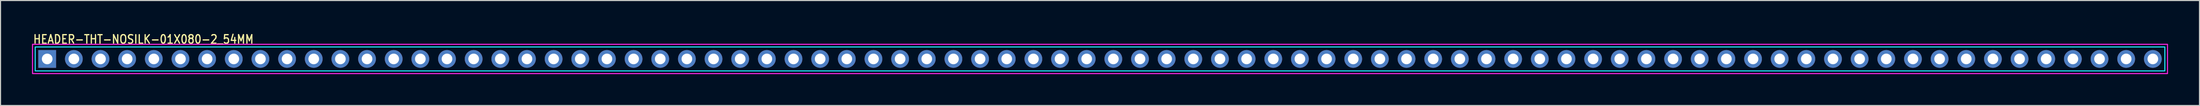
<source format=kicad_pcb>
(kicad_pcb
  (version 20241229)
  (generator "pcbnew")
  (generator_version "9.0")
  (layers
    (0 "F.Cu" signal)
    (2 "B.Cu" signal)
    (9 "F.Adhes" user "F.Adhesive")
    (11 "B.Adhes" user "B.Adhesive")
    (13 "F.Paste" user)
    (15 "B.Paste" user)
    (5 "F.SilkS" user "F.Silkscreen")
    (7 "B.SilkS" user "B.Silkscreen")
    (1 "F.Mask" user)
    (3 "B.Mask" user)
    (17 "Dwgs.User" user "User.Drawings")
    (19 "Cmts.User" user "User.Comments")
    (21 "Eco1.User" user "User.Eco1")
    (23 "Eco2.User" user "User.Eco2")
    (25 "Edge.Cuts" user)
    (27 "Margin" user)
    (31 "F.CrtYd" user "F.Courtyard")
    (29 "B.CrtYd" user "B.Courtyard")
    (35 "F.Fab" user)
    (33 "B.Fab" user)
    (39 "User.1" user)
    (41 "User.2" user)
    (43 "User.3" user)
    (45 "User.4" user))
  (footprint "HEADER-THT-NOSILK-01X080-2_54MM"
    (layer "F.Cu")
    (at 1.447 2.579)
    (property "Reference" "HEADER-THT-NOSILK-01X080-2_54MM" (at -1.4 -1.4 0) (unlocked yes) (layer "F.SilkS") (effects (font (size 0.813 0.695) (thickness 0.122)) (justify left bottom)))
    (fp_poly (pts (xy -1.143 -1.143) (xy 201.803 -1.143) (xy 201.803 1.143) (xy -1.143 1.143)) (stroke (width 0.1) (type solid)) (fill no) (layer "B.CrtYd"))
    (fp_poly (pts (xy -1.397 -1.397) (xy 202.057 -1.397) (xy 202.057 1.397) (xy -1.397 1.397)) (stroke (width 0.1) (type solid)) (fill no) (layer "F.CrtYd"))
    (pad "1" thru_hole rect (at 0 0) (size 1.693 1.693) (drill 1.016) (layers "*.Cu" "*.Mask"))
    (pad "2" thru_hole oval (at 2.54 0) (size 1.693 1.693) (drill 1.016) (layers "*.Cu" "*.Mask"))
    (pad "3" thru_hole oval (at 5.08 0) (size 1.693 1.693) (drill 1.016) (layers "*.Cu" "*.Mask"))
    (pad "4" thru_hole oval (at 7.62 0) (size 1.693 1.693) (drill 1.016) (layers "*.Cu" "*.Mask"))
    (pad "5" thru_hole oval (at 10.16 0) (size 1.693 1.693) (drill 1.016) (layers "*.Cu" "*.Mask"))
    (pad "6" thru_hole oval (at 12.7 0) (size 1.693 1.693) (drill 1.016) (layers "*.Cu" "*.Mask"))
    (pad "7" thru_hole oval (at 15.24 0) (size 1.693 1.693) (drill 1.016) (layers "*.Cu" "*.Mask"))
    (pad "8" thru_hole oval (at 17.78 0) (size 1.693 1.693) (drill 1.016) (layers "*.Cu" "*.Mask"))
    (pad "9" thru_hole oval (at 20.32 0) (size 1.693 1.693) (drill 1.016) (layers "*.Cu" "*.Mask"))
    (pad "10" thru_hole oval (at 22.86 0) (size 1.693 1.693) (drill 1.016) (layers "*.Cu" "*.Mask"))
    (pad "11" thru_hole oval (at 25.4 0) (size 1.693 1.693) (drill 1.016) (layers "*.Cu" "*.Mask"))
    (pad "12" thru_hole oval (at 27.94 0) (size 1.693 1.693) (drill 1.016) (layers "*.Cu" "*.Mask"))
    (pad "13" thru_hole oval (at 30.48 0) (size 1.693 1.693) (drill 1.016) (layers "*.Cu" "*.Mask"))
    (pad "14" thru_hole oval (at 33.02 0) (size 1.693 1.693) (drill 1.016) (layers "*.Cu" "*.Mask"))
    (pad "15" thru_hole oval (at 35.56 0) (size 1.693 1.693) (drill 1.016) (layers "*.Cu" "*.Mask"))
    (pad "16" thru_hole oval (at 38.1 0) (size 1.693 1.693) (drill 1.016) (layers "*.Cu" "*.Mask"))
    (pad "17" thru_hole oval (at 40.64 0) (size 1.693 1.693) (drill 1.016) (layers "*.Cu" "*.Mask"))
    (pad "18" thru_hole oval (at 43.18 0) (size 1.693 1.693) (drill 1.016) (layers "*.Cu" "*.Mask"))
    (pad "19" thru_hole oval (at 45.72 0) (size 1.693 1.693) (drill 1.016) (layers "*.Cu" "*.Mask"))
    (pad "20" thru_hole oval (at 48.26 0) (size 1.693 1.693) (drill 1.016) (layers "*.Cu" "*.Mask"))
    (pad "21" thru_hole oval (at 50.8 0) (size 1.693 1.693) (drill 1.016) (layers "*.Cu" "*.Mask"))
    (pad "22" thru_hole oval (at 53.34 0) (size 1.693 1.693) (drill 1.016) (layers "*.Cu" "*.Mask"))
    (pad "23" thru_hole oval (at 55.88 0) (size 1.693 1.693) (drill 1.016) (layers "*.Cu" "*.Mask"))
    (pad "24" thru_hole oval (at 58.42 0) (size 1.693 1.693) (drill 1.016) (layers "*.Cu" "*.Mask"))
    (pad "25" thru_hole oval (at 60.96 0) (size 1.693 1.693) (drill 1.016) (layers "*.Cu" "*.Mask"))
    (pad "26" thru_hole oval (at 63.5 0) (size 1.693 1.693) (drill 1.016) (layers "*.Cu" "*.Mask"))
    (pad "27" thru_hole oval (at 66.04 0) (size 1.693 1.693) (drill 1.016) (layers "*.Cu" "*.Mask"))
    (pad "28" thru_hole oval (at 68.58 0) (size 1.693 1.693) (drill 1.016) (layers "*.Cu" "*.Mask"))
    (pad "29" thru_hole oval (at 71.12 0) (size 1.693 1.693) (drill 1.016) (layers "*.Cu" "*.Mask"))
    (pad "30" thru_hole oval (at 73.66 0) (size 1.693 1.693) (drill 1.016) (layers "*.Cu" "*.Mask"))
    (pad "31" thru_hole oval (at 76.2 0) (size 1.693 1.693) (drill 1.016) (layers "*.Cu" "*.Mask"))
    (pad "32" thru_hole oval (at 78.74 0) (size 1.693 1.693) (drill 1.016) (layers "*.Cu" "*.Mask"))
    (pad "33" thru_hole oval (at 81.28 0) (size 1.693 1.693) (drill 1.016) (layers "*.Cu" "*.Mask"))
    (pad "34" thru_hole oval (at 83.82 0) (size 1.693 1.693) (drill 1.016) (layers "*.Cu" "*.Mask"))
    (pad "35" thru_hole oval (at 86.36 0) (size 1.693 1.693) (drill 1.016) (layers "*.Cu" "*.Mask"))
    (pad "36" thru_hole oval (at 88.9 0) (size 1.693 1.693) (drill 1.016) (layers "*.Cu" "*.Mask"))
    (pad "37" thru_hole oval (at 91.44 0) (size 1.693 1.693) (drill 1.016) (layers "*.Cu" "*.Mask"))
    (pad "38" thru_hole oval (at 93.98 0) (size 1.693 1.693) (drill 1.016) (layers "*.Cu" "*.Mask"))
    (pad "39" thru_hole oval (at 96.52 0) (size 1.693 1.693) (drill 1.016) (layers "*.Cu" "*.Mask"))
    (pad "40" thru_hole oval (at 99.06 0) (size 1.693 1.693) (drill 1.016) (layers "*.Cu" "*.Mask"))
    (pad "41" thru_hole oval (at 101.6 0) (size 1.693 1.693) (drill 1.016) (layers "*.Cu" "*.Mask"))
    (pad "42" thru_hole oval (at 104.14 0) (size 1.693 1.693) (drill 1.016) (layers "*.Cu" "*.Mask"))
    (pad "43" thru_hole oval (at 106.68 0) (size 1.693 1.693) (drill 1.016) (layers "*.Cu" "*.Mask"))
    (pad "44" thru_hole oval (at 109.22 0) (size 1.693 1.693) (drill 1.016) (layers "*.Cu" "*.Mask"))
    (pad "45" thru_hole oval (at 111.76 0) (size 1.693 1.693) (drill 1.016) (layers "*.Cu" "*.Mask"))
    (pad "46" thru_hole oval (at 114.3 0) (size 1.693 1.693) (drill 1.016) (layers "*.Cu" "*.Mask"))
    (pad "47" thru_hole oval (at 116.84 0) (size 1.693 1.693) (drill 1.016) (layers "*.Cu" "*.Mask"))
    (pad "48" thru_hole oval (at 119.38 0) (size 1.693 1.693) (drill 1.016) (layers "*.Cu" "*.Mask"))
    (pad "49" thru_hole oval (at 121.92 0) (size 1.693 1.693) (drill 1.016) (layers "*.Cu" "*.Mask"))
    (pad "50" thru_hole oval (at 124.46 0) (size 1.693 1.693) (drill 1.016) (layers "*.Cu" "*.Mask"))
    (pad "51" thru_hole oval (at 127 0) (size 1.693 1.693) (drill 1.016) (layers "*.Cu" "*.Mask"))
    (pad "52" thru_hole oval (at 129.54 0) (size 1.693 1.693) (drill 1.016) (layers "*.Cu" "*.Mask"))
    (pad "53" thru_hole oval (at 132.08 0) (size 1.693 1.693) (drill 1.016) (layers "*.Cu" "*.Mask"))
    (pad "54" thru_hole oval (at 134.62 0) (size 1.693 1.693) (drill 1.016) (layers "*.Cu" "*.Mask"))
    (pad "55" thru_hole oval (at 137.16 0) (size 1.693 1.693) (drill 1.016) (layers "*.Cu" "*.Mask"))
    (pad "56" thru_hole oval (at 139.7 0) (size 1.693 1.693) (drill 1.016) (layers "*.Cu" "*.Mask"))
    (pad "57" thru_hole oval (at 142.24 0) (size 1.693 1.693) (drill 1.016) (layers "*.Cu" "*.Mask"))
    (pad "58" thru_hole oval (at 144.78 0) (size 1.693 1.693) (drill 1.016) (layers "*.Cu" "*.Mask"))
    (pad "59" thru_hole oval (at 147.32 0) (size 1.693 1.693) (drill 1.016) (layers "*.Cu" "*.Mask"))
    (pad "60" thru_hole oval (at 149.86 0) (size 1.693 1.693) (drill 1.016) (layers "*.Cu" "*.Mask"))
    (pad "61" thru_hole oval (at 152.4 0) (size 1.693 1.693) (drill 1.016) (layers "*.Cu" "*.Mask"))
    (pad "62" thru_hole oval (at 154.94 0) (size 1.693 1.693) (drill 1.016) (layers "*.Cu" "*.Mask"))
    (pad "63" thru_hole oval (at 157.48 0) (size 1.693 1.693) (drill 1.016) (layers "*.Cu" "*.Mask"))
    (pad "64" thru_hole oval (at 160.02 0) (size 1.693 1.693) (drill 1.016) (layers "*.Cu" "*.Mask"))
    (pad "65" thru_hole oval (at 162.56 0) (size 1.693 1.693) (drill 1.016) (layers "*.Cu" "*.Mask"))
    (pad "66" thru_hole oval (at 165.1 0) (size 1.693 1.693) (drill 1.016) (layers "*.Cu" "*.Mask"))
    (pad "67" thru_hole oval (at 167.64 0) (size 1.693 1.693) (drill 1.016) (layers "*.Cu" "*.Mask"))
    (pad "68" thru_hole oval (at 170.18 0) (size 1.693 1.693) (drill 1.016) (layers "*.Cu" "*.Mask"))
    (pad "69" thru_hole oval (at 172.72 0) (size 1.693 1.693) (drill 1.016) (layers "*.Cu" "*.Mask"))
    (pad "70" thru_hole oval (at 175.26 0) (size 1.693 1.693) (drill 1.016) (layers "*.Cu" "*.Mask"))
    (pad "71" thru_hole oval (at 177.8 0) (size 1.693 1.693) (drill 1.016) (layers "*.Cu" "*.Mask"))
    (pad "72" thru_hole oval (at 180.34 0) (size 1.693 1.693) (drill 1.016) (layers "*.Cu" "*.Mask"))
    (pad "73" thru_hole oval (at 182.88 0) (size 1.693 1.693) (drill 1.016) (layers "*.Cu" "*.Mask"))
    (pad "74" thru_hole oval (at 185.42 0) (size 1.693 1.693) (drill 1.016) (layers "*.Cu" "*.Mask"))
    (pad "75" thru_hole oval (at 187.96 0) (size 1.693 1.693) (drill 1.016) (layers "*.Cu" "*.Mask"))
    (pad "76" thru_hole oval (at 190.5 0) (size 1.693 1.693) (drill 1.016) (layers "*.Cu" "*.Mask"))
    (pad "77" thru_hole oval (at 193.04 0) (size 1.693 1.693) (drill 1.016) (layers "*.Cu" "*.Mask"))
    (pad "78" thru_hole oval (at 195.58 0) (size 1.693 1.693) (drill 1.016) (layers "*.Cu" "*.Mask"))
    (pad "79" thru_hole oval (at 198.12 0) (size 1.693 1.693) (drill 1.016) (layers "*.Cu" "*.Mask"))
    (pad "80" thru_hole oval (at 200.66 0) (size 1.693 1.693) (drill 1.016) (layers "*.Cu" "*.Mask")))
  (gr_rect
    (start -3 -3)
    (end 206.554 7.026)
    (stroke (width 0.1) (type default))
    (fill no)
    (layer "Edge.Cuts")))
</source>
